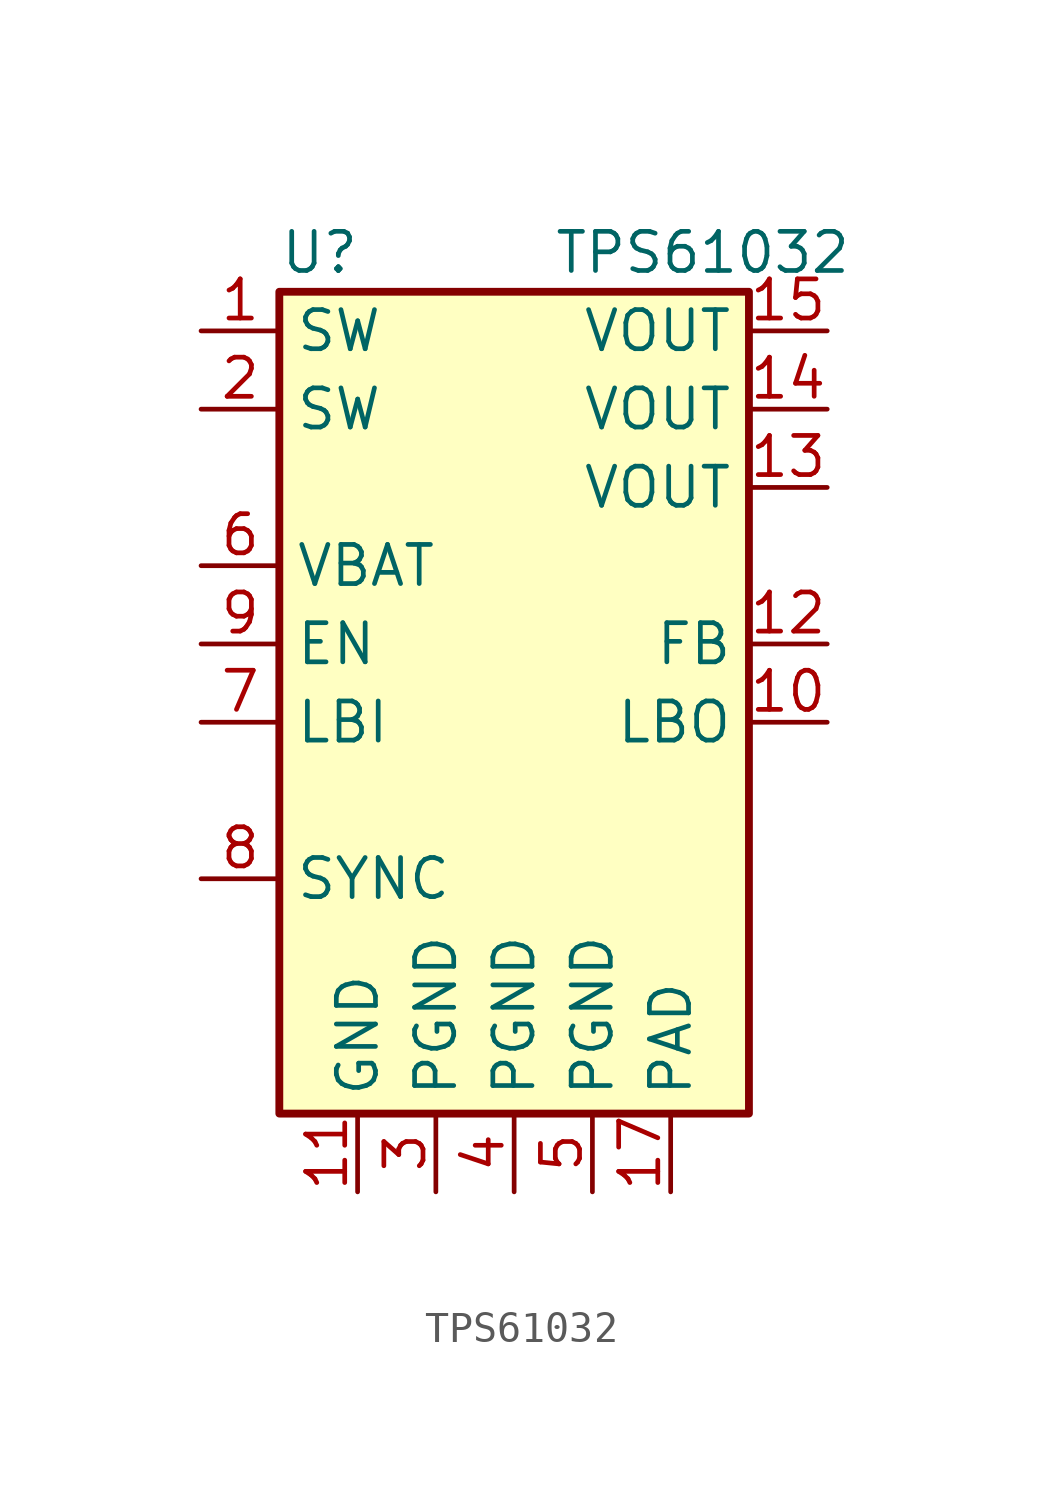
<source format=kicad_sym>
(kicad_symbol_lib
  (version 20220914)
  (generator kicad_symbol_editor)
  (symbol "TPS61032"
    (property "Reference" "U"
      (at -7.62 15.24 0)
      (effects (font (size 1.27 1.27)) (justify left)))
    (property "Value" "TPS61032"
      (at 1.27 15.24 0)
      (effects (font (size 1.27 1.27)) (justify left)))
    (symbol "TPS61032_0_0"
      (pin power_in line (at 5.08 -15.24 90) (length 2.54) (name "PAD" (effects (font (size 1.27 1.27)))) (number "17" (effects (font (size 1.27 1.27))))))
    (symbol "TPS61032_0_1"
      (rectangle (start -7.62 13.97) (end 7.62 -12.7) (stroke (width 0.254) (type default)) (fill (type background))))
    (symbol "TPS61032_1_0"
      (pin passive line (at -10.16 12.7 0) (length 2.54) (name "SW" (effects (font (size 1.27 1.27)))) (number "1" (effects (font (size 1.27 1.27)))))
      (pin open_collector line (at 10.16 0 180) (length 2.54) (name "LBO" (effects (font (size 1.27 1.27)))) (number "10" (effects (font (size 1.27 1.27)))))
      (pin power_in line (at -5.08 -15.24 90) (length 2.54) (name "GND" (effects (font (size 1.27 1.27)))) (number "11" (effects (font (size 1.27 1.27)))))
      (pin input line (at 10.16 2.54 180) (length 2.54) (name "FB" (effects (font (size 1.27 1.27)))) (number "12" (effects (font (size 1.27 1.27)))))
      (pin passive line (at 10.16 7.62 180) (length 2.54) (name "VOUT" (effects (font (size 1.27 1.27)))) (number "13" (effects (font (size 1.27 1.27)))))
      (pin passive line (at 10.16 10.16 180) (length 2.54) (name "VOUT" (effects (font (size 1.27 1.27)))) (number "14" (effects (font (size 1.27 1.27)))))
      (pin power_out line (at 10.16 12.7 180) (length 2.54) (name "VOUT" (effects (font (size 1.27 1.27)))) (number "15" (effects (font (size 1.27 1.27)))))
      (pin no_connect line (at 10.16 -5.08 180) (length 2.54) hide (name "NC" (effects (font (size 1.27 1.27)))) (number "16" (effects (font (size 1.27 1.27)))))
      (pin passive line (at -10.16 10.16 0) (length 2.54) (name "SW" (effects (font (size 1.27 1.27)))) (number "2" (effects (font (size 1.27 1.27)))))
      (pin power_in line (at -2.54 -15.24 90) (length 2.54) (name "PGND" (effects (font (size 1.27 1.27)))) (number "3" (effects (font (size 1.27 1.27)))))
      (pin power_in line (at 0 -15.24 90) (length 2.54) (name "PGND" (effects (font (size 1.27 1.27)))) (number "4" (effects (font (size 1.27 1.27)))))
      (pin power_in line (at 2.54 -15.24 90) (length 2.54) (name "PGND" (effects (font (size 1.27 1.27)))) (number "5" (effects (font (size 1.27 1.27)))))
      (pin power_in line (at -10.16 5.08 0) (length 2.54) (name "VBAT" (effects (font (size 1.27 1.27)))) (number "6" (effects (font (size 1.27 1.27)))))
      (pin input line (at -10.16 0 0) (length 2.54) (name "LBI" (effects (font (size 1.27 1.27)))) (number "7" (effects (font (size 1.27 1.27)))))
      (pin input line (at -10.16 -5.08 0) (length 2.54) (name "SYNC" (effects (font (size 1.27 1.27)))) (number "8" (effects (font (size 1.27 1.27)))))
      (pin input line (at -10.16 2.54 0) (length 2.54) (name "EN" (effects (font (size 1.27 1.27)))) (number "9" (effects (font (size 1.27 1.27))))))))
</source>
